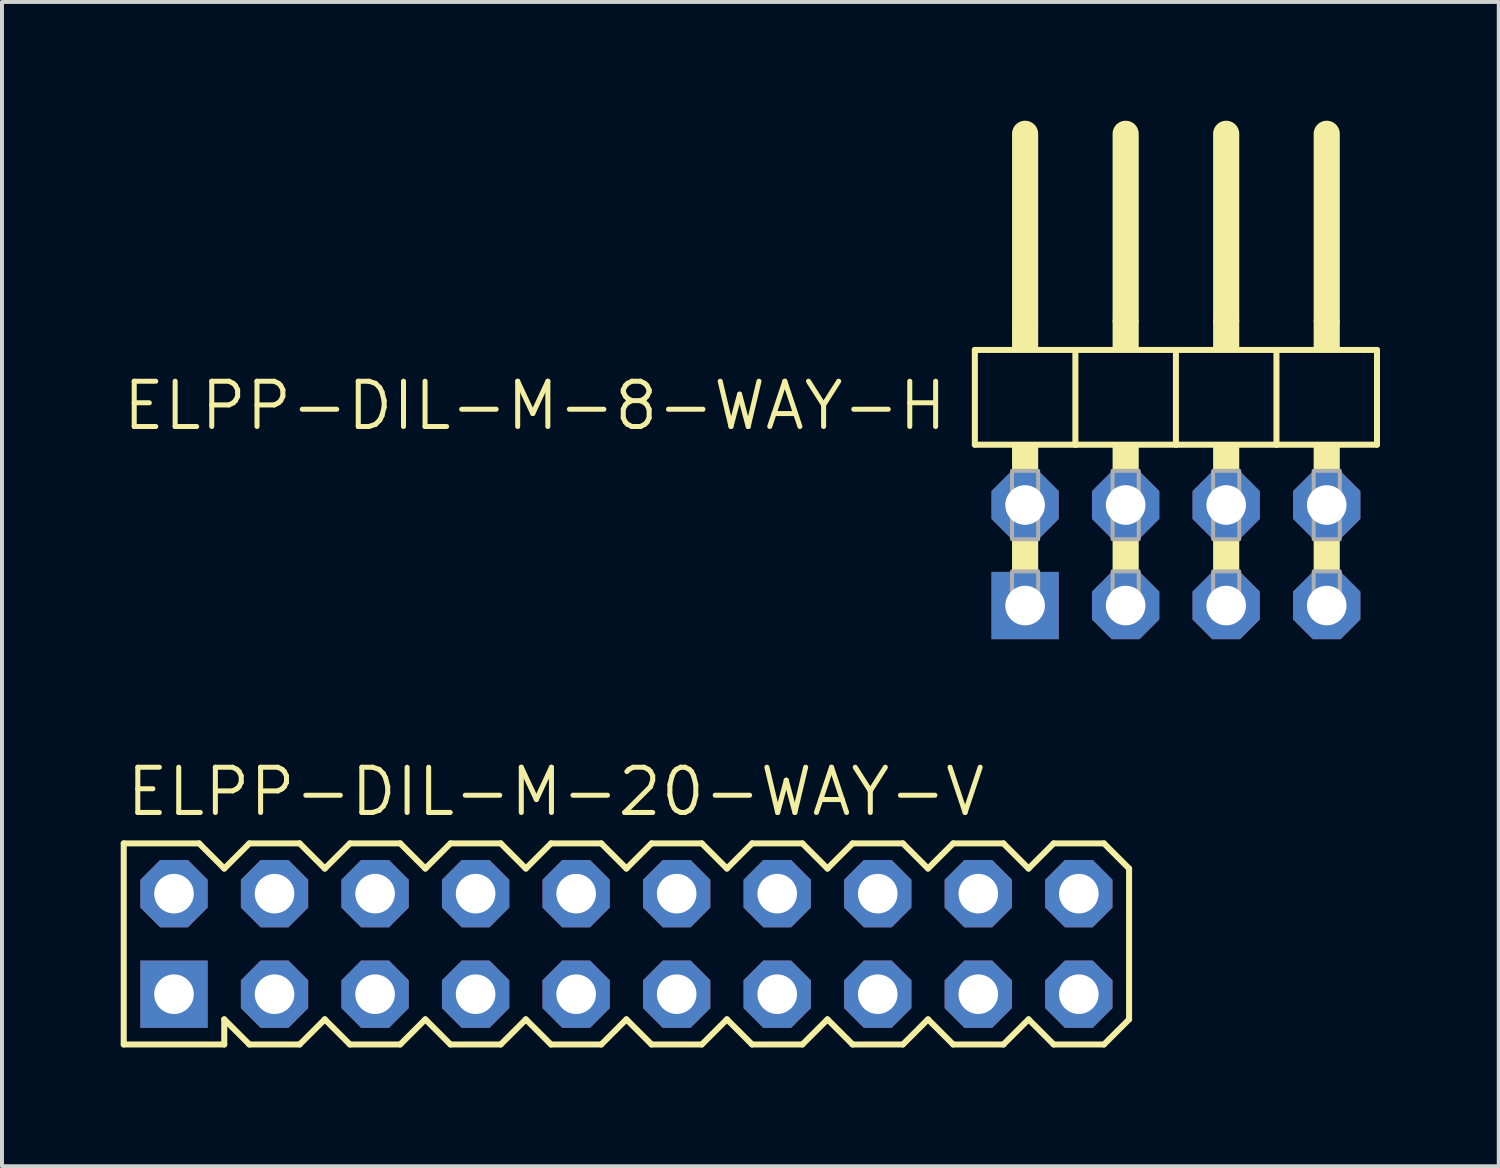
<source format=kicad_pcb>
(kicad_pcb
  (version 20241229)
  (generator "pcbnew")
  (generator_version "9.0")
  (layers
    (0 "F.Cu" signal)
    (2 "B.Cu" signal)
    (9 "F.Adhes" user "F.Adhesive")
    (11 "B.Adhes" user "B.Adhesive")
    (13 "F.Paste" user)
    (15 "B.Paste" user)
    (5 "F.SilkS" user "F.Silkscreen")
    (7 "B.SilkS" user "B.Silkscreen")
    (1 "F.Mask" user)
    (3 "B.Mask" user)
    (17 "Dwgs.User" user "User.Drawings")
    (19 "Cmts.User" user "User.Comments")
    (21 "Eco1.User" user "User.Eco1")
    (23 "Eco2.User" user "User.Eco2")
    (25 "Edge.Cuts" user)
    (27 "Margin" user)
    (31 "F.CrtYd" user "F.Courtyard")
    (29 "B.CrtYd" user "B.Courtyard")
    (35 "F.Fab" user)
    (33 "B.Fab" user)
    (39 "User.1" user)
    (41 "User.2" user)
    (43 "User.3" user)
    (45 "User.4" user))
  (footprint "ELPP-DIL-M-8-WAY-H"
    (layer "F.Cu")
    (at 26.659 10.979)
    (property "Reference" "ELPP-DIL-M-8-WAY-H" (at -5.715 -4.445 0) (unlocked yes) (layer "F.SilkS") (effects (font (size 1.143 1.143) (thickness 0.127)) (justify right top)))
    (fp_line (start -5.08 -5.188) (end -2.54 -5.188) (stroke (width 0.152) (type solid)) (layer "F.SilkS"))
    (fp_line (start -5.08 -2.794) (end -5.08 -5.188) (stroke (width 0.152) (type solid)) (layer "F.SilkS"))
    (fp_line (start -3.81 -5.95) (end -3.81 -10.649) (stroke (width 0.66) (type solid)) (layer "F.SilkS"))
    (fp_line (start -2.54 -5.188) (end 0 -5.188) (stroke (width 0.152) (type solid)) (layer "F.SilkS"))
    (fp_line (start -2.54 -2.794) (end -5.08 -2.794) (stroke (width 0.152) (type solid)) (layer "F.SilkS"))
    (fp_line (start -2.54 -2.794) (end -2.54 -5.188) (stroke (width 0.152) (type solid)) (layer "F.SilkS"))
    (fp_line (start -2.54 -2.794) (end 0 -2.794) (stroke (width 0.152) (type solid)) (layer "F.SilkS"))
    (fp_line (start -1.27 -5.95) (end -1.27 -10.649) (stroke (width 0.66) (type solid)) (layer "F.SilkS"))
    (fp_line (start 0 -5.188) (end 2.54 -5.188) (stroke (width 0.152) (type solid)) (layer "F.SilkS"))
    (fp_line (start 0 -2.794) (end 0 -5.188) (stroke (width 0.152) (type solid)) (layer "F.SilkS"))
    (fp_line (start 1.27 -5.95) (end 1.27 -10.649) (stroke (width 0.66) (type solid)) (layer "F.SilkS"))
    (fp_line (start 2.54 -5.188) (end 5.08 -5.188) (stroke (width 0.152) (type solid)) (layer "F.SilkS"))
    (fp_line (start 2.54 -2.794) (end 0 -2.794) (stroke (width 0.152) (type solid)) (layer "F.SilkS"))
    (fp_line (start 2.54 -2.794) (end 2.54 -5.188) (stroke (width 0.152) (type solid)) (layer "F.SilkS"))
    (fp_line (start 3.81 -5.95) (end 3.81 -10.649) (stroke (width 0.66) (type solid)) (layer "F.SilkS"))
    (fp_line (start 5.08 -2.794) (end 2.54 -2.794) (stroke (width 0.152) (type solid)) (layer "F.SilkS"))
    (fp_line (start 5.08 -2.794) (end 5.08 -5.188) (stroke (width 0.152) (type solid)) (layer "F.SilkS"))
    (fp_poly (pts (xy -4.14 -5.188) (xy -3.48 -5.188) (xy -3.48 -5.95) (xy -4.14 -5.95)) (stroke (width 0) (type default)) (fill yes) (layer "F.SilkS"))
    (fp_poly (pts (xy -4.14 -2.134) (xy -3.48 -2.134) (xy -3.48 -2.794) (xy -4.14 -2.794)) (stroke (width 0) (type default)) (fill yes) (layer "F.SilkS"))
    (fp_poly (pts (xy -4.14 0.406) (xy -3.48 0.406) (xy -3.48 -0.406) (xy -4.14 -0.406)) (stroke (width 0) (type default)) (fill yes) (layer "F.SilkS"))
    (fp_poly (pts (xy -1.6 -5.188) (xy -0.94 -5.188) (xy -0.94 -5.95) (xy -1.6 -5.95)) (stroke (width 0) (type default)) (fill yes) (layer "F.SilkS"))
    (fp_poly (pts (xy -1.6 -2.134) (xy -0.94 -2.134) (xy -0.94 -2.794) (xy -1.6 -2.794)) (stroke (width 0) (type default)) (fill yes) (layer "F.SilkS"))
    (fp_poly (pts (xy -1.6 0.406) (xy -0.94 0.406) (xy -0.94 -0.406) (xy -1.6 -0.406)) (stroke (width 0) (type default)) (fill yes) (layer "F.SilkS"))
    (fp_poly (pts (xy 0.94 -5.188) (xy 1.6 -5.188) (xy 1.6 -5.95) (xy 0.94 -5.95)) (stroke (width 0) (type default)) (fill yes) (layer "F.SilkS"))
    (fp_poly (pts (xy 0.94 -2.134) (xy 1.6 -2.134) (xy 1.6 -2.794) (xy 0.94 -2.794)) (stroke (width 0) (type default)) (fill yes) (layer "F.SilkS"))
    (fp_poly (pts (xy 0.94 0.406) (xy 1.6 0.406) (xy 1.6 -0.406) (xy 0.94 -0.406)) (stroke (width 0) (type default)) (fill yes) (layer "F.SilkS"))
    (fp_poly (pts (xy 3.48 -5.188) (xy 4.14 -5.188) (xy 4.14 -5.95) (xy 3.48 -5.95)) (stroke (width 0) (type default)) (fill yes) (layer "F.SilkS"))
    (fp_poly (pts (xy 3.48 -2.134) (xy 4.14 -2.134) (xy 4.14 -2.794) (xy 3.48 -2.794)) (stroke (width 0) (type default)) (fill yes) (layer "F.SilkS"))
    (fp_poly (pts (xy 3.48 0.406) (xy 4.14 0.406) (xy 4.14 -0.406) (xy 3.48 -0.406)) (stroke (width 0) (type default)) (fill yes) (layer "F.SilkS"))
    (fp_poly (pts (xy -4.14 -0.406) (xy -3.48 -0.406) (xy -3.48 -2.134) (xy -4.14 -2.134)) (stroke (width 0.1) (type default)) (fill no) (layer "F.Fab"))
    (fp_poly (pts (xy -4.14 1.575) (xy -3.48 1.575) (xy -3.48 0.406) (xy -4.14 0.406)) (stroke (width 0.1) (type default)) (fill no) (layer "F.Fab"))
    (fp_poly (pts (xy -1.6 -0.406) (xy -0.94 -0.406) (xy -0.94 -2.134) (xy -1.6 -2.134)) (stroke (width 0.1) (type default)) (fill no) (layer "F.Fab"))
    (fp_poly (pts (xy -1.6 1.575) (xy -0.94 1.575) (xy -0.94 0.406) (xy -1.6 0.406)) (stroke (width 0.1) (type default)) (fill no) (layer "F.Fab"))
    (fp_poly (pts (xy 0.94 -0.406) (xy 1.6 -0.406) (xy 1.6 -2.134) (xy 0.94 -2.134)) (stroke (width 0.1) (type default)) (fill no) (layer "F.Fab"))
    (fp_poly (pts (xy 0.94 1.575) (xy 1.6 1.575) (xy 1.6 0.406) (xy 0.94 0.406)) (stroke (width 0.1) (type default)) (fill no) (layer "F.Fab"))
    (fp_poly (pts (xy 3.48 -0.406) (xy 4.14 -0.406) (xy 4.14 -2.134) (xy 3.48 -2.134)) (stroke (width 0.1) (type default)) (fill no) (layer "F.Fab"))
    (fp_poly (pts (xy 3.48 1.575) (xy 4.14 1.575) (xy 4.14 0.406) (xy 3.48 0.406)) (stroke (width 0.1) (type default)) (fill no) (layer "F.Fab"))
    (pad "1" thru_hole rect (at -3.81 1.27) (size 1.7 1.7) (drill 1) (layers "*.Cu" "*.Mask"))
    (pad "2" thru_hole roundrect (at -3.81 -1.27) (size 1.7 1.7) (drill 1) (layers "*.Cu" "*.Mask") (roundrect_rratio 0.25) (chamfer_ratio 0.293) (chamfer top_left top_right bottom_left bottom_right))
    (pad "3" thru_hole roundrect (at -1.27 1.27) (size 1.7 1.7) (drill 1) (layers "*.Cu" "*.Mask") (roundrect_rratio 0.25) (chamfer_ratio 0.293) (chamfer top_left top_right bottom_left bottom_right))
    (pad "4" thru_hole roundrect (at -1.27 -1.27) (size 1.7 1.7) (drill 1) (layers "*.Cu" "*.Mask") (roundrect_rratio 0.25) (chamfer_ratio 0.293) (chamfer top_left top_right bottom_left bottom_right))
    (pad "5" thru_hole roundrect (at 1.27 1.27) (size 1.7 1.7) (drill 1) (layers "*.Cu" "*.Mask") (roundrect_rratio 0.25) (chamfer_ratio 0.293) (chamfer top_left top_right bottom_left bottom_right))
    (pad "6" thru_hole roundrect (at 1.27 -1.27) (size 1.7 1.7) (drill 1) (layers "*.Cu" "*.Mask") (roundrect_rratio 0.25) (chamfer_ratio 0.293) (chamfer top_left top_right bottom_left bottom_right))
    (pad "7" thru_hole roundrect (at 3.81 1.27) (size 1.7 1.7) (drill 1) (layers "*.Cu" "*.Mask") (roundrect_rratio 0.25) (chamfer_ratio 0.293) (chamfer top_left top_right bottom_left bottom_right))
    (pad "8" thru_hole roundrect (at 3.81 -1.27) (size 1.7 1.7) (drill 1) (layers "*.Cu" "*.Mask") (roundrect_rratio 0.25) (chamfer_ratio 0.293) (chamfer top_left top_right bottom_left bottom_right)))
  (footprint "ELPP-DIL-M-20-WAY-V"
    (layer "F.Cu")
    (at 12.776 20.798)
    (property "Reference" "ELPP-DIL-M-20-WAY-V" (at -12.7 -3.175 0) (unlocked yes) (layer "F.SilkS") (effects (font (size 1.143 1.143) (thickness 0.127)) (justify left bottom)))
    (fp_line (start -12.7 -2.54) (end -10.795 -2.54) (stroke (width 0.152) (type solid)) (layer "F.SilkS"))
    (fp_line (start -12.7 2.54) (end -12.7 -2.54) (stroke (width 0.152) (type solid)) (layer "F.SilkS"))
    (fp_line (start -12.7 2.54) (end -10.16 2.54) (stroke (width 0.152) (type solid)) (layer "F.SilkS"))
    (fp_line (start -10.795 -2.54) (end -10.16 -1.905) (stroke (width 0.152) (type solid)) (layer "F.SilkS"))
    (fp_line (start -10.16 -1.905) (end -9.525 -2.54) (stroke (width 0.152) (type solid)) (layer "F.SilkS"))
    (fp_line (start -10.16 2.54) (end -10.16 1.905) (stroke (width 0.152) (type solid)) (layer "F.SilkS"))
    (fp_line (start -9.525 -2.54) (end -8.255 -2.54) (stroke (width 0.152) (type solid)) (layer "F.SilkS"))
    (fp_line (start -9.525 2.54) (end -10.16 1.905) (stroke (width 0.152) (type solid)) (layer "F.SilkS"))
    (fp_line (start -8.255 -2.54) (end -7.62 -1.905) (stroke (width 0.152) (type solid)) (layer "F.SilkS"))
    (fp_line (start -8.255 2.54) (end -9.525 2.54) (stroke (width 0.152) (type solid)) (layer "F.SilkS"))
    (fp_line (start -7.62 -1.905) (end -6.985 -2.54) (stroke (width 0.152) (type solid)) (layer "F.SilkS"))
    (fp_line (start -7.62 1.905) (end -8.255 2.54) (stroke (width 0.152) (type solid)) (layer "F.SilkS"))
    (fp_line (start -6.985 -2.54) (end -5.715 -2.54) (stroke (width 0.152) (type solid)) (layer "F.SilkS"))
    (fp_line (start -6.985 2.54) (end -7.62 1.905) (stroke (width 0.152) (type solid)) (layer "F.SilkS"))
    (fp_line (start -5.715 -2.54) (end -5.08 -1.905) (stroke (width 0.152) (type solid)) (layer "F.SilkS"))
    (fp_line (start -5.715 2.54) (end -6.985 2.54) (stroke (width 0.152) (type solid)) (layer "F.SilkS"))
    (fp_line (start -5.08 1.905) (end -5.715 2.54) (stroke (width 0.152) (type solid)) (layer "F.SilkS"))
    (fp_line (start -5.08 1.905) (end -4.445 2.54) (stroke (width 0.152) (type solid)) (layer "F.SilkS"))
    (fp_line (start -4.445 -2.54) (end -5.08 -1.905) (stroke (width 0.152) (type solid)) (layer "F.SilkS"))
    (fp_line (start -4.445 -2.54) (end -3.175 -2.54) (stroke (width 0.152) (type solid)) (layer "F.SilkS"))
    (fp_line (start -3.175 -2.54) (end -2.54 -1.905) (stroke (width 0.152) (type solid)) (layer "F.SilkS"))
    (fp_line (start -3.175 2.54) (end -4.445 2.54) (stroke (width 0.152) (type solid)) (layer "F.SilkS"))
    (fp_line (start -2.54 -1.905) (end -1.905 -2.54) (stroke (width 0.152) (type solid)) (layer "F.SilkS"))
    (fp_line (start -2.54 1.905) (end -3.175 2.54) (stroke (width 0.152) (type solid)) (layer "F.SilkS"))
    (fp_line (start -1.905 -2.54) (end -0.635 -2.54) (stroke (width 0.152) (type solid)) (layer "F.SilkS"))
    (fp_line (start -1.905 2.54) (end -2.54 1.905) (stroke (width 0.152) (type solid)) (layer "F.SilkS"))
    (fp_line (start -0.635 -2.54) (end 0 -1.905) (stroke (width 0.152) (type solid)) (layer "F.SilkS"))
    (fp_line (start -0.635 2.54) (end -1.905 2.54) (stroke (width 0.152) (type solid)) (layer "F.SilkS"))
    (fp_line (start 0 -1.905) (end 0.635 -2.54) (stroke (width 0.152) (type solid)) (layer "F.SilkS"))
    (fp_line (start 0 1.905) (end -0.635 2.54) (stroke (width 0.152) (type solid)) (layer "F.SilkS"))
    (fp_line (start 0.635 -2.54) (end 1.905 -2.54) (stroke (width 0.152) (type solid)) (layer "F.SilkS"))
    (fp_line (start 0.635 2.54) (end 0 1.905) (stroke (width 0.152) (type solid)) (layer "F.SilkS"))
    (fp_line (start 1.905 -2.54) (end 2.54 -1.905) (stroke (width 0.152) (type solid)) (layer "F.SilkS"))
    (fp_line (start 1.905 2.54) (end 0.635 2.54) (stroke (width 0.152) (type solid)) (layer "F.SilkS"))
    (fp_line (start 2.54 -1.905) (end 3.175 -2.54) (stroke (width 0.152) (type solid)) (layer "F.SilkS"))
    (fp_line (start 2.54 1.905) (end 1.905 2.54) (stroke (width 0.152) (type solid)) (layer "F.SilkS"))
    (fp_line (start 3.175 -2.54) (end 4.445 -2.54) (stroke (width 0.152) (type solid)) (layer "F.SilkS"))
    (fp_line (start 3.175 2.54) (end 2.54 1.905) (stroke (width 0.152) (type solid)) (layer "F.SilkS"))
    (fp_line (start 4.445 -2.54) (end 5.08 -1.905) (stroke (width 0.152) (type solid)) (layer "F.SilkS"))
    (fp_line (start 4.445 2.54) (end 3.175 2.54) (stroke (width 0.152) (type solid)) (layer "F.SilkS"))
    (fp_line (start 5.08 -1.905) (end 5.715 -2.54) (stroke (width 0.152) (type solid)) (layer "F.SilkS"))
    (fp_line (start 5.08 1.905) (end 4.445 2.54) (stroke (width 0.152) (type solid)) (layer "F.SilkS"))
    (fp_line (start 5.715 -2.54) (end 6.985 -2.54) (stroke (width 0.152) (type solid)) (layer "F.SilkS"))
    (fp_line (start 5.715 2.54) (end 5.08 1.905) (stroke (width 0.152) (type solid)) (layer "F.SilkS"))
    (fp_line (start 6.985 -2.54) (end 7.62 -1.905) (stroke (width 0.152) (type solid)) (layer "F.SilkS"))
    (fp_line (start 6.985 2.54) (end 5.715 2.54) (stroke (width 0.152) (type solid)) (layer "F.SilkS"))
    (fp_line (start 7.62 -1.905) (end 8.255 -2.54) (stroke (width 0.152) (type solid)) (layer "F.SilkS"))
    (fp_line (start 7.62 1.905) (end 6.985 2.54) (stroke (width 0.152) (type solid)) (layer "F.SilkS"))
    (fp_line (start 8.255 -2.54) (end 9.525 -2.54) (stroke (width 0.152) (type solid)) (layer "F.SilkS"))
    (fp_line (start 8.255 2.54) (end 7.62 1.905) (stroke (width 0.152) (type solid)) (layer "F.SilkS"))
    (fp_line (start 9.525 -2.54) (end 10.16 -1.905) (stroke (width 0.152) (type solid)) (layer "F.SilkS"))
    (fp_line (start 9.525 2.54) (end 8.255 2.54) (stroke (width 0.152) (type solid)) (layer "F.SilkS"))
    (fp_line (start 10.16 -1.905) (end 10.795 -2.54) (stroke (width 0.152) (type solid)) (layer "F.SilkS"))
    (fp_line (start 10.16 1.905) (end 9.525 2.54) (stroke (width 0.152) (type solid)) (layer "F.SilkS"))
    (fp_line (start 10.795 -2.54) (end 12.065 -2.54) (stroke (width 0.152) (type solid)) (layer "F.SilkS"))
    (fp_line (start 10.795 2.54) (end 10.16 1.905) (stroke (width 0.152) (type solid)) (layer "F.SilkS"))
    (fp_line (start 12.065 -2.54) (end 12.7 -1.905) (stroke (width 0.152) (type solid)) (layer "F.SilkS"))
    (fp_line (start 12.065 2.54) (end 10.795 2.54) (stroke (width 0.152) (type solid)) (layer "F.SilkS"))
    (fp_line (start 12.7 1.905) (end 12.065 2.54) (stroke (width 0.152) (type solid)) (layer "F.SilkS"))
    (fp_line (start 12.7 1.905) (end 12.7 -1.905) (stroke (width 0.152) (type solid)) (layer "F.SilkS"))
    (fp_poly (pts (xy -11.684 -1.016) (xy -11.176 -1.016) (xy -11.176 -1.524) (xy -11.684 -1.524)) (stroke (width 0.1) (type default)) (fill no) (layer "F.Fab"))
    (fp_poly (pts (xy -11.684 1.524) (xy -11.176 1.524) (xy -11.176 1.016) (xy -11.684 1.016)) (stroke (width 0.1) (type default)) (fill no) (layer "F.Fab"))
    (fp_poly (pts (xy -9.144 -1.016) (xy -8.636 -1.016) (xy -8.636 -1.524) (xy -9.144 -1.524)) (stroke (width 0.1) (type default)) (fill no) (layer "F.Fab"))
    (fp_poly (pts (xy -9.144 1.524) (xy -8.636 1.524) (xy -8.636 1.016) (xy -9.144 1.016)) (stroke (width 0.1) (type default)) (fill no) (layer "F.Fab"))
    (fp_poly (pts (xy -6.604 -1.016) (xy -6.096 -1.016) (xy -6.096 -1.524) (xy -6.604 -1.524)) (stroke (width 0.1) (type default)) (fill no) (layer "F.Fab"))
    (fp_poly (pts (xy -6.604 1.524) (xy -6.096 1.524) (xy -6.096 1.016) (xy -6.604 1.016)) (stroke (width 0.1) (type default)) (fill no) (layer "F.Fab"))
    (fp_poly (pts (xy -4.064 -1.016) (xy -3.556 -1.016) (xy -3.556 -1.524) (xy -4.064 -1.524)) (stroke (width 0.1) (type default)) (fill no) (layer "F.Fab"))
    (fp_poly (pts (xy -4.064 1.524) (xy -3.556 1.524) (xy -3.556 1.016) (xy -4.064 1.016)) (stroke (width 0.1) (type default)) (fill no) (layer "F.Fab"))
    (fp_poly (pts (xy -1.524 -1.016) (xy -1.016 -1.016) (xy -1.016 -1.524) (xy -1.524 -1.524)) (stroke (width 0.1) (type default)) (fill no) (layer "F.Fab"))
    (fp_poly (pts (xy -1.524 1.524) (xy -1.016 1.524) (xy -1.016 1.016) (xy -1.524 1.016)) (stroke (width 0.1) (type default)) (fill no) (layer "F.Fab"))
    (fp_poly (pts (xy 1.016 -1.016) (xy 1.524 -1.016) (xy 1.524 -1.524) (xy 1.016 -1.524)) (stroke (width 0.1) (type default)) (fill no) (layer "F.Fab"))
    (fp_poly (pts (xy 1.016 1.524) (xy 1.524 1.524) (xy 1.524 1.016) (xy 1.016 1.016)) (stroke (width 0.1) (type default)) (fill no) (layer "F.Fab"))
    (fp_poly (pts (xy 3.556 -1.016) (xy 4.064 -1.016) (xy 4.064 -1.524) (xy 3.556 -1.524)) (stroke (width 0.1) (type default)) (fill no) (layer "F.Fab"))
    (fp_poly (pts (xy 3.556 1.524) (xy 4.064 1.524) (xy 4.064 1.016) (xy 3.556 1.016)) (stroke (width 0.1) (type default)) (fill no) (layer "F.Fab"))
    (fp_poly (pts (xy 6.096 -1.016) (xy 6.604 -1.016) (xy 6.604 -1.524) (xy 6.096 -1.524)) (stroke (width 0.1) (type default)) (fill no) (layer "F.Fab"))
    (fp_poly (pts (xy 6.096 1.524) (xy 6.604 1.524) (xy 6.604 1.016) (xy 6.096 1.016)) (stroke (width 0.1) (type default)) (fill no) (layer "F.Fab"))
    (fp_poly (pts (xy 8.636 -1.016) (xy 9.144 -1.016) (xy 9.144 -1.524) (xy 8.636 -1.524)) (stroke (width 0.1) (type default)) (fill no) (layer "F.Fab"))
    (fp_poly (pts (xy 8.636 1.524) (xy 9.144 1.524) (xy 9.144 1.016) (xy 8.636 1.016)) (stroke (width 0.1) (type default)) (fill no) (layer "F.Fab"))
    (fp_poly (pts (xy 11.176 -1.016) (xy 11.684 -1.016) (xy 11.684 -1.524) (xy 11.176 -1.524)) (stroke (width 0.1) (type default)) (fill no) (layer "F.Fab"))
    (fp_poly (pts (xy 11.176 1.524) (xy 11.684 1.524) (xy 11.684 1.016) (xy 11.176 1.016)) (stroke (width 0.1) (type default)) (fill no) (layer "F.Fab"))
    (pad "1" thru_hole rect (at -11.43 1.27 90) (size 1.7 1.7) (drill 1) (layers "*.Cu" "*.Mask"))
    (pad "2" thru_hole roundrect (at -11.43 -1.27 90) (size 1.7 1.7) (drill 1) (layers "*.Cu" "*.Mask") (roundrect_rratio 0.25) (chamfer_ratio 0.293) (chamfer top_left top_right bottom_left bottom_right))
    (pad "3" thru_hole roundrect (at -8.89 1.27 90) (size 1.7 1.7) (drill 1) (layers "*.Cu" "*.Mask") (roundrect_rratio 0.25) (chamfer_ratio 0.293) (chamfer top_left top_right bottom_left bottom_right))
    (pad "4" thru_hole roundrect (at -8.89 -1.27 90) (size 1.7 1.7) (drill 1) (layers "*.Cu" "*.Mask") (roundrect_rratio 0.25) (chamfer_ratio 0.293) (chamfer top_left top_right bottom_left bottom_right))
    (pad "5" thru_hole roundrect (at -6.35 1.27 90) (size 1.7 1.7) (drill 1) (layers "*.Cu" "*.Mask") (roundrect_rratio 0.25) (chamfer_ratio 0.293) (chamfer top_left top_right bottom_left bottom_right))
    (pad "6" thru_hole roundrect (at -6.35 -1.27 90) (size 1.7 1.7) (drill 1) (layers "*.Cu" "*.Mask") (roundrect_rratio 0.25) (chamfer_ratio 0.293) (chamfer top_left top_right bottom_left bottom_right))
    (pad "7" thru_hole roundrect (at -3.81 1.27 90) (size 1.7 1.7) (drill 1) (layers "*.Cu" "*.Mask") (roundrect_rratio 0.25) (chamfer_ratio 0.293) (chamfer top_left top_right bottom_left bottom_right))
    (pad "8" thru_hole roundrect (at -3.81 -1.27 90) (size 1.7 1.7) (drill 1) (layers "*.Cu" "*.Mask") (roundrect_rratio 0.25) (chamfer_ratio 0.293) (chamfer top_left top_right bottom_left bottom_right))
    (pad "9" thru_hole roundrect (at -1.27 1.27 90) (size 1.7 1.7) (drill 1) (layers "*.Cu" "*.Mask") (roundrect_rratio 0.25) (chamfer_ratio 0.293) (chamfer top_left top_right bottom_left bottom_right))
    (pad "10" thru_hole roundrect (at -1.27 -1.27 90) (size 1.7 1.7) (drill 1) (layers "*.Cu" "*.Mask") (roundrect_rratio 0.25) (chamfer_ratio 0.293) (chamfer top_left top_right bottom_left bottom_right))
    (pad "11" thru_hole roundrect (at 1.27 1.27 90) (size 1.7 1.7) (drill 1) (layers "*.Cu" "*.Mask") (roundrect_rratio 0.25) (chamfer_ratio 0.293) (chamfer top_left top_right bottom_left bottom_right))
    (pad "12" thru_hole roundrect (at 1.27 -1.27 90) (size 1.7 1.7) (drill 1) (layers "*.Cu" "*.Mask") (roundrect_rratio 0.25) (chamfer_ratio 0.293) (chamfer top_left top_right bottom_left bottom_right))
    (pad "13" thru_hole roundrect (at 3.81 1.27 90) (size 1.7 1.7) (drill 1) (layers "*.Cu" "*.Mask") (roundrect_rratio 0.25) (chamfer_ratio 0.293) (chamfer top_left top_right bottom_left bottom_right))
    (pad "14" thru_hole roundrect (at 3.81 -1.27 90) (size 1.7 1.7) (drill 1) (layers "*.Cu" "*.Mask") (roundrect_rratio 0.25) (chamfer_ratio 0.293) (chamfer top_left top_right bottom_left bottom_right))
    (pad "15" thru_hole roundrect (at 6.35 1.27 90) (size 1.7 1.7) (drill 1) (layers "*.Cu" "*.Mask") (roundrect_rratio 0.25) (chamfer_ratio 0.293) (chamfer top_left top_right bottom_left bottom_right))
    (pad "16" thru_hole roundrect (at 6.35 -1.27 90) (size 1.7 1.7) (drill 1) (layers "*.Cu" "*.Mask") (roundrect_rratio 0.25) (chamfer_ratio 0.293) (chamfer top_left top_right bottom_left bottom_right))
    (pad "17" thru_hole roundrect (at 8.89 1.27 90) (size 1.7 1.7) (drill 1) (layers "*.Cu" "*.Mask") (roundrect_rratio 0.25) (chamfer_ratio 0.293) (chamfer top_left top_right bottom_left bottom_right))
    (pad "18" thru_hole roundrect (at 8.89 -1.27 90) (size 1.7 1.7) (drill 1) (layers "*.Cu" "*.Mask") (roundrect_rratio 0.25) (chamfer_ratio 0.293) (chamfer top_left top_right bottom_left bottom_right))
    (pad "19" thru_hole roundrect (at 11.43 1.27 90) (size 1.7 1.7) (drill 1) (layers "*.Cu" "*.Mask") (roundrect_rratio 0.25) (chamfer_ratio 0.293) (chamfer top_left top_right bottom_left bottom_right))
    (pad "20" thru_hole roundrect (at 11.43 -1.27 90) (size 1.7 1.7) (drill 1) (layers "*.Cu" "*.Mask") (roundrect_rratio 0.25) (chamfer_ratio 0.293) (chamfer top_left top_right bottom_left bottom_right)))
  (gr_rect
    (start -3 -3)
    (end 34.815 26.414)
    (stroke (width 0.1) (type default))
    (fill no)
    (layer "Edge.Cuts")))
</source>
